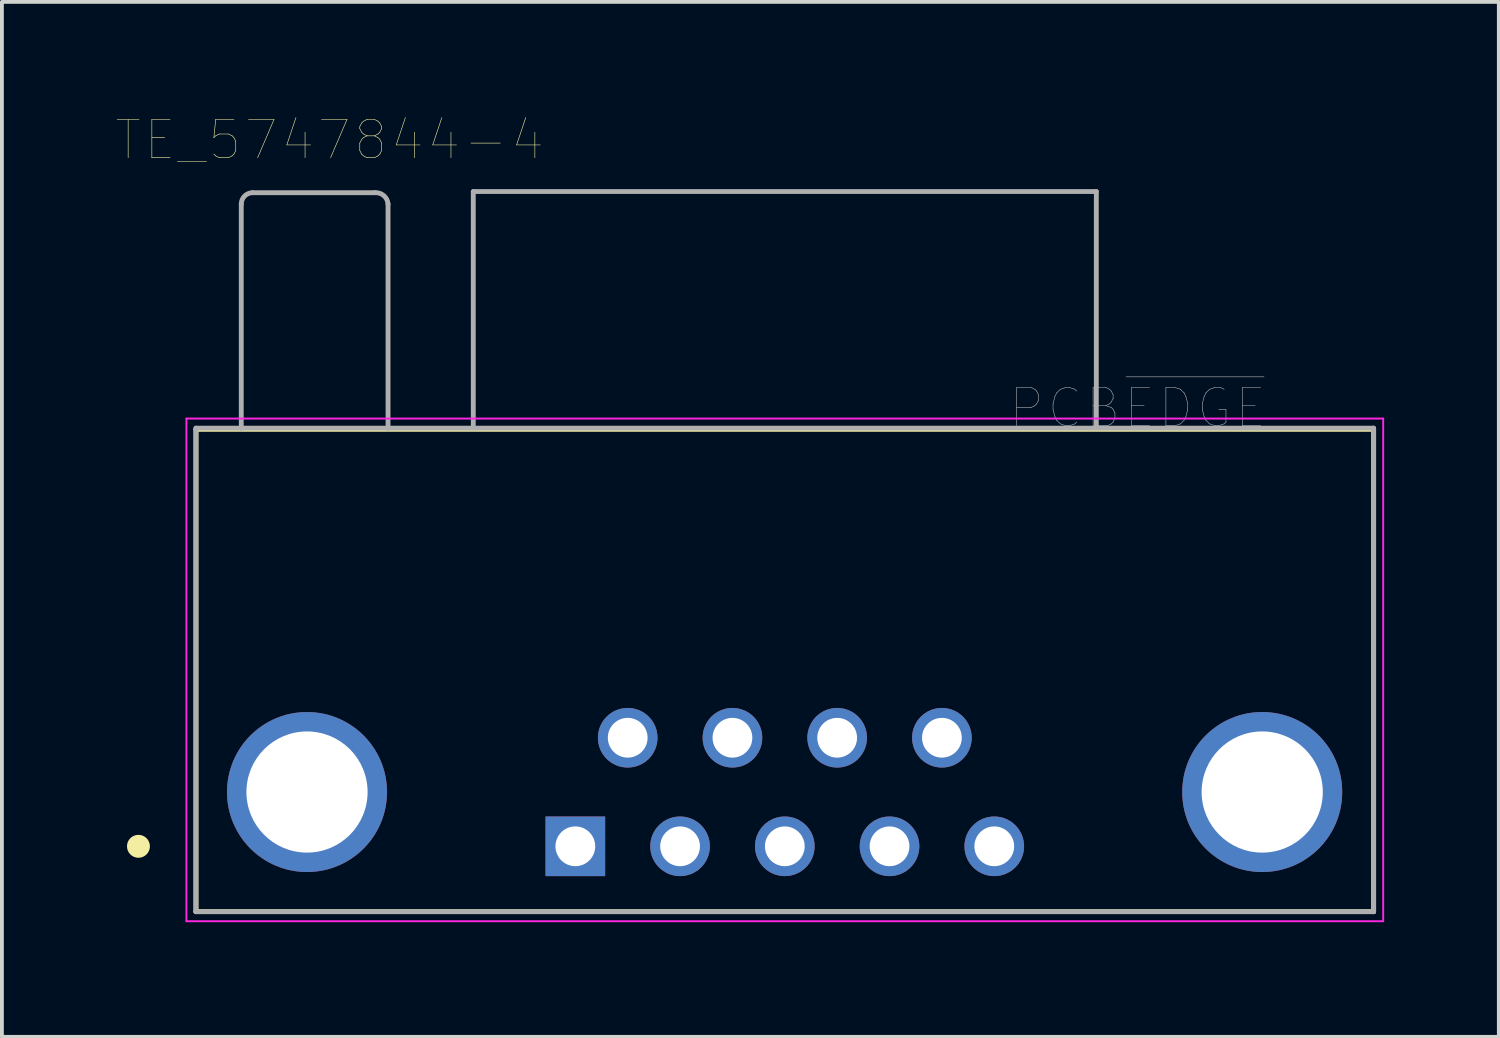
<source format=kicad_pcb>
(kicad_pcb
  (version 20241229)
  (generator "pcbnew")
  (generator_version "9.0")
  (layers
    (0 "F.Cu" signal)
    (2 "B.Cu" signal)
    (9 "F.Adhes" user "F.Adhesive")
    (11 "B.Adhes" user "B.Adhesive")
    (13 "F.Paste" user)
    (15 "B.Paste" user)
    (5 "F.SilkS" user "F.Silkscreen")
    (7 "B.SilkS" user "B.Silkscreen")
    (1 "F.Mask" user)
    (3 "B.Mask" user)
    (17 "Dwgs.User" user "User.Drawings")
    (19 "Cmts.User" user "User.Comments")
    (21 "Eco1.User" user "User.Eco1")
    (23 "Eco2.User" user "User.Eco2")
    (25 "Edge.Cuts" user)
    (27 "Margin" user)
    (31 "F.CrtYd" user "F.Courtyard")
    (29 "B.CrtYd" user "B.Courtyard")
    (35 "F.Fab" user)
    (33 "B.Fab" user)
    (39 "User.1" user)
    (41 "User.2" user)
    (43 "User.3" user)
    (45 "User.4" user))
  (footprint "TE_5747844-4"
    (layer "F.Cu")
    (at 12.002 19.091)
    (property "Reference" "TE_5747844-4" (at -6.427 -18.478 0) (layer "F.SilkS") (effects (font (size 1.002 1.002) (thickness 0.015))))
    (attr through_hole)
    (fp_line (start -9.925 -10.91) (end -9.925 1.71) (stroke (width 0.127) (type solid)) (layer "F.SilkS"))
    (fp_line (start -9.925 1.71) (end 20.885 1.71) (stroke (width 0.127) (type solid)) (layer "F.SilkS"))
    (fp_line (start 20.885 -10.91) (end -9.925 -10.91) (stroke (width 0.127) (type solid)) (layer "F.SilkS"))
    (fp_line (start 20.885 1.71) (end 20.885 -10.91) (stroke (width 0.127) (type solid)) (layer "F.SilkS"))
    (fp_circle (center -11.43 0) (end -11.28 0) (stroke (width 0.3) (type solid)) (fill no) (layer "F.SilkS"))
    (fp_line (start -10.175 -11.19) (end 21.135 -11.19) (stroke (width 0.05) (type solid)) (layer "F.CrtYd"))
    (fp_line (start -10.175 1.96) (end -10.175 -11.19) (stroke (width 0.05) (type solid)) (layer "F.CrtYd"))
    (fp_line (start 21.135 -11.19) (end 21.135 1.96) (stroke (width 0.05) (type solid)) (layer "F.CrtYd"))
    (fp_line (start 21.135 1.96) (end -10.175 1.96) (stroke (width 0.05) (type solid)) (layer "F.CrtYd"))
    (fp_line (start -9.925 -10.94) (end -9.925 1.71) (stroke (width 0.127) (type solid)) (layer "F.Fab"))
    (fp_line (start -9.925 1.71) (end 20.885 1.71) (stroke (width 0.127) (type solid)) (layer "F.Fab"))
    (fp_line (start -8.74 -10.94) (end -9.925 -10.94) (stroke (width 0.127) (type solid)) (layer "F.Fab"))
    (fp_line (start -8.74 -10.94) (end -8.74 -16.8) (stroke (width 0.127) (type solid)) (layer "F.Fab"))
    (fp_line (start -5.24 -17.1) (end -8.44 -17.1) (stroke (width 0.127) (type solid)) (layer "F.Fab"))
    (fp_line (start -4.9 -10.94) (end -8.74 -10.94) (stroke (width 0.127) (type solid)) (layer "F.Fab"))
    (fp_line (start -4.9 -10.94) (end -4.9 -16.8) (stroke (width 0.127) (type solid)) (layer "F.Fab"))
    (fp_line (start -2.67 -17.13) (end -2.67 -10.96) (stroke (width 0.127) (type solid)) (layer "F.Fab"))
    (fp_line (start -2.67 -17.13) (end 13.63 -17.13) (stroke (width 0.127) (type solid)) (layer "F.Fab"))
    (fp_line (start 13.63 -17.13) (end 13.63 -10.96) (stroke (width 0.127) (type solid)) (layer "F.Fab"))
    (fp_line (start 20.885 -10.94) (end -4.9 -10.94) (stroke (width 0.127) (type solid)) (layer "F.Fab"))
    (fp_line (start 20.885 1.71) (end 20.885 -10.94) (stroke (width 0.127) (type solid)) (layer "F.Fab"))
    (fp_arc (start -8.74 -16.8) (mid -8.652132 -17.012132) (end -8.44 -17.1) (stroke (width 0.127) (type solid)) (layer "F.Fab"))
    (fp_arc (start -5.24 -17.1) (mid -5.007868 -17.020416) (end -4.9 -16.8) (stroke (width 0.127) (type solid)) (layer "F.Fab"))
    (fp_circle (center 0 0) (end 0.15 0) (stroke (width 0.3) (type solid)) (fill no) (layer "F.Fab"))
    (fp_text user "PCB~{EDGE}" (at 14.712 -11.466 0) (layer "F.Fab") (effects (font (size 1 1) (thickness 0.015))))
    (pad "1" thru_hole rect (at 0 0) (size 1.56 1.56) (drill 1.04) (layers "*.Cu" "*.Mask"))
    (pad "2" thru_hole circle (at 2.74 0) (size 1.56 1.56) (drill 1.04) (layers "*.Cu" "*.Mask"))
    (pad "3" thru_hole circle (at 5.48 0) (size 1.56 1.56) (drill 1.04) (layers "*.Cu" "*.Mask"))
    (pad "4" thru_hole circle (at 8.22 0) (size 1.56 1.56) (drill 1.04) (layers "*.Cu" "*.Mask"))
    (pad "5" thru_hole circle (at 10.96 0) (size 1.56 1.56) (drill 1.04) (layers "*.Cu" "*.Mask"))
    (pad "6" thru_hole circle (at 1.37 -2.84) (size 1.56 1.56) (drill 1.04) (layers "*.Cu" "*.Mask"))
    (pad "7" thru_hole circle (at 4.11 -2.84) (size 1.56 1.56) (drill 1.04) (layers "*.Cu" "*.Mask"))
    (pad "8" thru_hole circle (at 6.85 -2.84) (size 1.56 1.56) (drill 1.04) (layers "*.Cu" "*.Mask"))
    (pad "9" thru_hole circle (at 9.59 -2.84) (size 1.56 1.56) (drill 1.04) (layers "*.Cu" "*.Mask"))
    (pad "SH1" thru_hole circle (at -7.02 -1.42) (size 4.186 4.186) (drill 3.17) (layers "*.Cu" "*.Mask"))
    (pad "SH2" thru_hole circle (at 17.97 -1.42) (size 4.186 4.186) (drill 3.17) (layers "*.Cu" "*.Mask")))
  (gr_rect
    (start -3 -3)
    (end 36.162 24.076)
    (stroke (width 0.1) (type default))
    (fill no)
    (layer "Edge.Cuts")))
</source>
